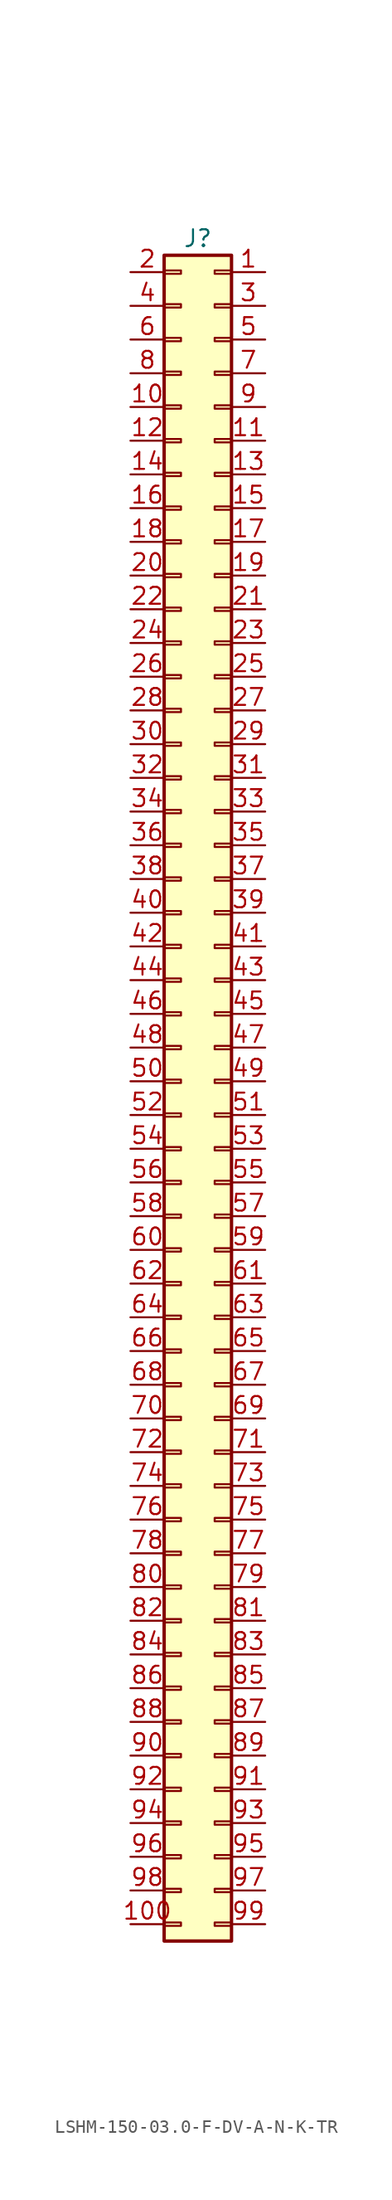
<source format=kicad_sym>
(kicad_symbol_lib
  (version 20241209)
  (generator "kicad_symbol_editor")
  (generator_version "9.0")
  (symbol "LSHM-150-03.0-F-DV-A-N-K-TR"
    (pin_names
      (offset 1.016)
      (hide yes))
    (property "Reference" "J"
      (at 1.27 63.5 0)
      (effects (font (size 1.27 1.27))))
    (symbol "LSHM-150-03.0-F-DV-A-N-K-TR_1_1"
      (rectangle (start -1.27 62.23) (end 3.81 -64.77) (stroke (width 0.254) (type default)) (fill (type background)))
      (rectangle (start -1.27 61.087) (end 0 60.833) (stroke (width 0.152) (type default)) (fill (type none)))
      (rectangle (start -1.27 58.547) (end 0 58.293) (stroke (width 0.152) (type default)) (fill (type none)))
      (rectangle (start -1.27 56.007) (end 0 55.753) (stroke (width 0.152) (type default)) (fill (type none)))
      (rectangle (start -1.27 53.467) (end 0 53.213) (stroke (width 0.152) (type default)) (fill (type none)))
      (rectangle (start -1.27 50.927) (end 0 50.673) (stroke (width 0.152) (type default)) (fill (type none)))
      (rectangle (start -1.27 48.387) (end 0 48.133) (stroke (width 0.152) (type default)) (fill (type none)))
      (rectangle (start -1.27 45.847) (end 0 45.593) (stroke (width 0.152) (type default)) (fill (type none)))
      (rectangle (start -1.27 43.307) (end 0 43.053) (stroke (width 0.152) (type default)) (fill (type none)))
      (rectangle (start -1.27 40.767) (end 0 40.513) (stroke (width 0.152) (type default)) (fill (type none)))
      (rectangle (start -1.27 38.227) (end 0 37.973) (stroke (width 0.152) (type default)) (fill (type none)))
      (rectangle (start -1.27 35.687) (end 0 35.433) (stroke (width 0.152) (type default)) (fill (type none)))
      (rectangle (start -1.27 33.147) (end 0 32.893) (stroke (width 0.152) (type default)) (fill (type none)))
      (rectangle (start -1.27 30.607) (end 0 30.353) (stroke (width 0.152) (type default)) (fill (type none)))
      (rectangle (start -1.27 28.067) (end 0 27.813) (stroke (width 0.152) (type default)) (fill (type none)))
      (rectangle (start -1.27 25.527) (end 0 25.273) (stroke (width 0.152) (type default)) (fill (type none)))
      (rectangle (start -1.27 22.987) (end 0 22.733) (stroke (width 0.152) (type default)) (fill (type none)))
      (rectangle (start -1.27 20.447) (end 0 20.193) (stroke (width 0.152) (type default)) (fill (type none)))
      (rectangle (start -1.27 17.907) (end 0 17.653) (stroke (width 0.152) (type default)) (fill (type none)))
      (rectangle (start -1.27 15.367) (end 0 15.113) (stroke (width 0.152) (type default)) (fill (type none)))
      (rectangle (start -1.27 12.827) (end 0 12.573) (stroke (width 0.152) (type default)) (fill (type none)))
      (rectangle (start -1.27 10.287) (end 0 10.033) (stroke (width 0.152) (type default)) (fill (type none)))
      (rectangle (start -1.27 7.747) (end 0 7.493) (stroke (width 0.152) (type default)) (fill (type none)))
      (rectangle (start -1.27 5.207) (end 0 4.953) (stroke (width 0.152) (type default)) (fill (type none)))
      (rectangle (start -1.27 2.667) (end 0 2.413) (stroke (width 0.152) (type default)) (fill (type none)))
      (rectangle (start -1.27 0.127) (end 0 -0.127) (stroke (width 0.152) (type default)) (fill (type none)))
      (rectangle (start -1.27 -2.413) (end 0 -2.667) (stroke (width 0.152) (type default)) (fill (type none)))
      (rectangle (start -1.27 -4.953) (end 0 -5.207) (stroke (width 0.152) (type default)) (fill (type none)))
      (rectangle (start -1.27 -7.493) (end 0 -7.747) (stroke (width 0.152) (type default)) (fill (type none)))
      (rectangle (start -1.27 -10.033) (end 0 -10.287) (stroke (width 0.152) (type default)) (fill (type none)))
      (rectangle (start -1.27 -12.573) (end 0 -12.827) (stroke (width 0.152) (type default)) (fill (type none)))
      (rectangle (start -1.27 -15.113) (end 0 -15.367) (stroke (width 0.152) (type default)) (fill (type none)))
      (rectangle (start -1.27 -17.653) (end 0 -17.907) (stroke (width 0.152) (type default)) (fill (type none)))
      (rectangle (start -1.27 -20.193) (end 0 -20.447) (stroke (width 0.152) (type default)) (fill (type none)))
      (rectangle (start -1.27 -22.733) (end 0 -22.987) (stroke (width 0.152) (type default)) (fill (type none)))
      (rectangle (start -1.27 -25.273) (end 0 -25.527) (stroke (width 0.152) (type default)) (fill (type none)))
      (rectangle (start -1.27 -27.813) (end 0 -28.067) (stroke (width 0.152) (type default)) (fill (type none)))
      (rectangle (start -1.27 -30.353) (end 0 -30.607) (stroke (width 0.152) (type default)) (fill (type none)))
      (rectangle (start -1.27 -32.893) (end 0 -33.147) (stroke (width 0.152) (type default)) (fill (type none)))
      (rectangle (start -1.27 -35.433) (end 0 -35.687) (stroke (width 0.152) (type default)) (fill (type none)))
      (rectangle (start -1.27 -37.973) (end 0 -38.227) (stroke (width 0.152) (type default)) (fill (type none)))
      (rectangle (start -1.27 -40.513) (end 0 -40.767) (stroke (width 0.152) (type default)) (fill (type none)))
      (rectangle (start -1.27 -43.053) (end 0 -43.307) (stroke (width 0.152) (type default)) (fill (type none)))
      (rectangle (start -1.27 -45.593) (end 0 -45.847) (stroke (width 0.152) (type default)) (fill (type none)))
      (rectangle (start -1.27 -48.133) (end 0 -48.387) (stroke (width 0.152) (type default)) (fill (type none)))
      (rectangle (start -1.27 -50.673) (end 0 -50.927) (stroke (width 0.152) (type default)) (fill (type none)))
      (rectangle (start -1.27 -53.213) (end 0 -53.467) (stroke (width 0.152) (type default)) (fill (type none)))
      (rectangle (start -1.27 -55.753) (end 0 -56.007) (stroke (width 0.152) (type default)) (fill (type none)))
      (rectangle (start -1.27 -58.293) (end 0 -58.547) (stroke (width 0.152) (type default)) (fill (type none)))
      (rectangle (start -1.27 -60.833) (end 0 -61.087) (stroke (width 0.152) (type default)) (fill (type none)))
      (rectangle (start -1.27 -63.373) (end 0 -63.627) (stroke (width 0.152) (type default)) (fill (type none)))
      (rectangle (start 3.81 61.087) (end 2.54 60.833) (stroke (width 0.152) (type default)) (fill (type none)))
      (rectangle (start 3.81 58.547) (end 2.54 58.293) (stroke (width 0.152) (type default)) (fill (type none)))
      (rectangle (start 3.81 56.007) (end 2.54 55.753) (stroke (width 0.152) (type default)) (fill (type none)))
      (rectangle (start 3.81 53.467) (end 2.54 53.213) (stroke (width 0.152) (type default)) (fill (type none)))
      (rectangle (start 3.81 50.927) (end 2.54 50.673) (stroke (width 0.152) (type default)) (fill (type none)))
      (rectangle (start 3.81 48.387) (end 2.54 48.133) (stroke (width 0.152) (type default)) (fill (type none)))
      (rectangle (start 3.81 45.847) (end 2.54 45.593) (stroke (width 0.152) (type default)) (fill (type none)))
      (rectangle (start 3.81 43.307) (end 2.54 43.053) (stroke (width 0.152) (type default)) (fill (type none)))
      (rectangle (start 3.81 40.767) (end 2.54 40.513) (stroke (width 0.152) (type default)) (fill (type none)))
      (rectangle (start 3.81 38.227) (end 2.54 37.973) (stroke (width 0.152) (type default)) (fill (type none)))
      (rectangle (start 3.81 35.687) (end 2.54 35.433) (stroke (width 0.152) (type default)) (fill (type none)))
      (rectangle (start 3.81 33.147) (end 2.54 32.893) (stroke (width 0.152) (type default)) (fill (type none)))
      (rectangle (start 3.81 30.607) (end 2.54 30.353) (stroke (width 0.152) (type default)) (fill (type none)))
      (rectangle (start 3.81 28.067) (end 2.54 27.813) (stroke (width 0.152) (type default)) (fill (type none)))
      (rectangle (start 3.81 25.527) (end 2.54 25.273) (stroke (width 0.152) (type default)) (fill (type none)))
      (rectangle (start 3.81 22.987) (end 2.54 22.733) (stroke (width 0.152) (type default)) (fill (type none)))
      (rectangle (start 3.81 20.447) (end 2.54 20.193) (stroke (width 0.152) (type default)) (fill (type none)))
      (rectangle (start 3.81 17.907) (end 2.54 17.653) (stroke (width 0.152) (type default)) (fill (type none)))
      (rectangle (start 3.81 15.367) (end 2.54 15.113) (stroke (width 0.152) (type default)) (fill (type none)))
      (rectangle (start 3.81 12.827) (end 2.54 12.573) (stroke (width 0.152) (type default)) (fill (type none)))
      (rectangle (start 3.81 10.287) (end 2.54 10.033) (stroke (width 0.152) (type default)) (fill (type none)))
      (rectangle (start 3.81 7.747) (end 2.54 7.493) (stroke (width 0.152) (type default)) (fill (type none)))
      (rectangle (start 3.81 5.207) (end 2.54 4.953) (stroke (width 0.152) (type default)) (fill (type none)))
      (rectangle (start 3.81 2.667) (end 2.54 2.413) (stroke (width 0.152) (type default)) (fill (type none)))
      (rectangle (start 3.81 0.127) (end 2.54 -0.127) (stroke (width 0.152) (type default)) (fill (type none)))
      (rectangle (start 3.81 -2.413) (end 2.54 -2.667) (stroke (width 0.152) (type default)) (fill (type none)))
      (rectangle (start 3.81 -4.953) (end 2.54 -5.207) (stroke (width 0.152) (type default)) (fill (type none)))
      (rectangle (start 3.81 -7.493) (end 2.54 -7.747) (stroke (width 0.152) (type default)) (fill (type none)))
      (rectangle (start 3.81 -10.033) (end 2.54 -10.287) (stroke (width 0.152) (type default)) (fill (type none)))
      (rectangle (start 3.81 -12.573) (end 2.54 -12.827) (stroke (width 0.152) (type default)) (fill (type none)))
      (rectangle (start 3.81 -15.113) (end 2.54 -15.367) (stroke (width 0.152) (type default)) (fill (type none)))
      (rectangle (start 3.81 -17.653) (end 2.54 -17.907) (stroke (width 0.152) (type default)) (fill (type none)))
      (rectangle (start 3.81 -20.193) (end 2.54 -20.447) (stroke (width 0.152) (type default)) (fill (type none)))
      (rectangle (start 3.81 -22.733) (end 2.54 -22.987) (stroke (width 0.152) (type default)) (fill (type none)))
      (rectangle (start 3.81 -25.273) (end 2.54 -25.527) (stroke (width 0.152) (type default)) (fill (type none)))
      (rectangle (start 3.81 -27.813) (end 2.54 -28.067) (stroke (width 0.152) (type default)) (fill (type none)))
      (rectangle (start 3.81 -30.353) (end 2.54 -30.607) (stroke (width 0.152) (type default)) (fill (type none)))
      (rectangle (start 3.81 -32.893) (end 2.54 -33.147) (stroke (width 0.152) (type default)) (fill (type none)))
      (rectangle (start 3.81 -35.433) (end 2.54 -35.687) (stroke (width 0.152) (type default)) (fill (type none)))
      (rectangle (start 3.81 -37.973) (end 2.54 -38.227) (stroke (width 0.152) (type default)) (fill (type none)))
      (rectangle (start 3.81 -40.513) (end 2.54 -40.767) (stroke (width 0.152) (type default)) (fill (type none)))
      (rectangle (start 3.81 -43.053) (end 2.54 -43.307) (stroke (width 0.152) (type default)) (fill (type none)))
      (rectangle (start 3.81 -45.593) (end 2.54 -45.847) (stroke (width 0.152) (type default)) (fill (type none)))
      (rectangle (start 3.81 -48.133) (end 2.54 -48.387) (stroke (width 0.152) (type default)) (fill (type none)))
      (rectangle (start 3.81 -50.673) (end 2.54 -50.927) (stroke (width 0.152) (type default)) (fill (type none)))
      (rectangle (start 3.81 -53.213) (end 2.54 -53.467) (stroke (width 0.152) (type default)) (fill (type none)))
      (rectangle (start 3.81 -55.753) (end 2.54 -56.007) (stroke (width 0.152) (type default)) (fill (type none)))
      (rectangle (start 3.81 -58.293) (end 2.54 -58.547) (stroke (width 0.152) (type default)) (fill (type none)))
      (rectangle (start 3.81 -60.833) (end 2.54 -61.087) (stroke (width 0.152) (type default)) (fill (type none)))
      (rectangle (start 3.81 -63.373) (end 2.54 -63.627) (stroke (width 0.152) (type default)) (fill (type none)))
      (pin passive line (at -3.81 60.96 0) (length 2.54) (name "" (effects (font (size 1.27 1.27)))) (number "2" (effects (font (size 1.27 1.27)))))
      (pin passive line (at -3.81 58.42 0) (length 2.54) (name "" (effects (font (size 1.27 1.27)))) (number "4" (effects (font (size 1.27 1.27)))))
      (pin passive line (at -3.81 55.88 0) (length 2.54) (name "" (effects (font (size 1.27 1.27)))) (number "6" (effects (font (size 1.27 1.27)))))
      (pin passive line (at -3.81 53.34 0) (length 2.54) (name "" (effects (font (size 1.27 1.27)))) (number "8" (effects (font (size 1.27 1.27)))))
      (pin passive line (at -3.81 50.8 0) (length 2.54) (name "" (effects (font (size 1.27 1.27)))) (number "10" (effects (font (size 1.27 1.27)))))
      (pin passive line (at -3.81 48.26 0) (length 2.54) (name "" (effects (font (size 1.27 1.27)))) (number "12" (effects (font (size 1.27 1.27)))))
      (pin passive line (at -3.81 45.72 0) (length 2.54) (name "" (effects (font (size 1.27 1.27)))) (number "14" (effects (font (size 1.27 1.27)))))
      (pin passive line (at -3.81 43.18 0) (length 2.54) (name "" (effects (font (size 1.27 1.27)))) (number "16" (effects (font (size 1.27 1.27)))))
      (pin passive line (at -3.81 40.64 0) (length 2.54) (name "" (effects (font (size 1.27 1.27)))) (number "18" (effects (font (size 1.27 1.27)))))
      (pin passive line (at -3.81 38.1 0) (length 2.54) (name "" (effects (font (size 1.27 1.27)))) (number "20" (effects (font (size 1.27 1.27)))))
      (pin passive line (at -3.81 35.56 0) (length 2.54) (name "" (effects (font (size 1.27 1.27)))) (number "22" (effects (font (size 1.27 1.27)))))
      (pin passive line (at -3.81 33.02 0) (length 2.54) (name "" (effects (font (size 1.27 1.27)))) (number "24" (effects (font (size 1.27 1.27)))))
      (pin passive line (at -3.81 30.48 0) (length 2.54) (name "" (effects (font (size 1.27 1.27)))) (number "26" (effects (font (size 1.27 1.27)))))
      (pin passive line (at -3.81 27.94 0) (length 2.54) (name "" (effects (font (size 1.27 1.27)))) (number "28" (effects (font (size 1.27 1.27)))))
      (pin passive line (at -3.81 25.4 0) (length 2.54) (name "" (effects (font (size 1.27 1.27)))) (number "30" (effects (font (size 1.27 1.27)))))
      (pin passive line (at -3.81 22.86 0) (length 2.54) (name "" (effects (font (size 1.27 1.27)))) (number "32" (effects (font (size 1.27 1.27)))))
      (pin passive line (at -3.81 20.32 0) (length 2.54) (name "" (effects (font (size 1.27 1.27)))) (number "34" (effects (font (size 1.27 1.27)))))
      (pin passive line (at -3.81 17.78 0) (length 2.54) (name "" (effects (font (size 1.27 1.27)))) (number "36" (effects (font (size 1.27 1.27)))))
      (pin passive line (at -3.81 15.24 0) (length 2.54) (name "" (effects (font (size 1.27 1.27)))) (number "38" (effects (font (size 1.27 1.27)))))
      (pin passive line (at -3.81 12.7 0) (length 2.54) (name "" (effects (font (size 1.27 1.27)))) (number "40" (effects (font (size 1.27 1.27)))))
      (pin passive line (at -3.81 10.16 0) (length 2.54) (name "" (effects (font (size 1.27 1.27)))) (number "42" (effects (font (size 1.27 1.27)))))
      (pin passive line (at -3.81 7.62 0) (length 2.54) (name "" (effects (font (size 1.27 1.27)))) (number "44" (effects (font (size 1.27 1.27)))))
      (pin passive line (at -3.81 5.08 0) (length 2.54) (name "" (effects (font (size 1.27 1.27)))) (number "46" (effects (font (size 1.27 1.27)))))
      (pin passive line (at -3.81 2.54 0) (length 2.54) (name "" (effects (font (size 1.27 1.27)))) (number "48" (effects (font (size 1.27 1.27)))))
      (pin passive line (at -3.81 0 0) (length 2.54) (name "" (effects (font (size 1.27 1.27)))) (number "50" (effects (font (size 1.27 1.27)))))
      (pin passive line (at -3.81 -2.54 0) (length 2.54) (name "" (effects (font (size 1.27 1.27)))) (number "52" (effects (font (size 1.27 1.27)))))
      (pin passive line (at -3.81 -5.08 0) (length 2.54) (name "" (effects (font (size 1.27 1.27)))) (number "54" (effects (font (size 1.27 1.27)))))
      (pin passive line (at -3.81 -7.62 0) (length 2.54) (name "" (effects (font (size 1.27 1.27)))) (number "56" (effects (font (size 1.27 1.27)))))
      (pin passive line (at -3.81 -10.16 0) (length 2.54) (name "" (effects (font (size 1.27 1.27)))) (number "58" (effects (font (size 1.27 1.27)))))
      (pin passive line (at -3.81 -12.7 0) (length 2.54) (name "" (effects (font (size 1.27 1.27)))) (number "60" (effects (font (size 1.27 1.27)))))
      (pin passive line (at -3.81 -15.24 0) (length 2.54) (name "" (effects (font (size 1.27 1.27)))) (number "62" (effects (font (size 1.27 1.27)))))
      (pin passive line (at -3.81 -17.78 0) (length 2.54) (name "" (effects (font (size 1.27 1.27)))) (number "64" (effects (font (size 1.27 1.27)))))
      (pin passive line (at -3.81 -20.32 0) (length 2.54) (name "" (effects (font (size 1.27 1.27)))) (number "66" (effects (font (size 1.27 1.27)))))
      (pin passive line (at -3.81 -22.86 0) (length 2.54) (name "" (effects (font (size 1.27 1.27)))) (number "68" (effects (font (size 1.27 1.27)))))
      (pin passive line (at -3.81 -25.4 0) (length 2.54) (name "" (effects (font (size 1.27 1.27)))) (number "70" (effects (font (size 1.27 1.27)))))
      (pin passive line (at -3.81 -27.94 0) (length 2.54) (name "" (effects (font (size 1.27 1.27)))) (number "72" (effects (font (size 1.27 1.27)))))
      (pin passive line (at -3.81 -30.48 0) (length 2.54) (name "" (effects (font (size 1.27 1.27)))) (number "74" (effects (font (size 1.27 1.27)))))
      (pin passive line (at -3.81 -33.02 0) (length 2.54) (name "" (effects (font (size 1.27 1.27)))) (number "76" (effects (font (size 1.27 1.27)))))
      (pin passive line (at -3.81 -35.56 0) (length 2.54) (name "" (effects (font (size 1.27 1.27)))) (number "78" (effects (font (size 1.27 1.27)))))
      (pin passive line (at -3.81 -38.1 0) (length 2.54) (name "" (effects (font (size 1.27 1.27)))) (number "80" (effects (font (size 1.27 1.27)))))
      (pin passive line (at -3.81 -40.64 0) (length 2.54) (name "" (effects (font (size 1.27 1.27)))) (number "82" (effects (font (size 1.27 1.27)))))
      (pin passive line (at -3.81 -43.18 0) (length 2.54) (name "" (effects (font (size 1.27 1.27)))) (number "84" (effects (font (size 1.27 1.27)))))
      (pin passive line (at -3.81 -45.72 0) (length 2.54) (name "" (effects (font (size 1.27 1.27)))) (number "86" (effects (font (size 1.27 1.27)))))
      (pin passive line (at -3.81 -48.26 0) (length 2.54) (name "" (effects (font (size 1.27 1.27)))) (number "88" (effects (font (size 1.27 1.27)))))
      (pin passive line (at -3.81 -50.8 0) (length 2.54) (name "" (effects (font (size 1.27 1.27)))) (number "90" (effects (font (size 1.27 1.27)))))
      (pin passive line (at -3.81 -53.34 0) (length 2.54) (name "" (effects (font (size 1.27 1.27)))) (number "92" (effects (font (size 1.27 1.27)))))
      (pin passive line (at -3.81 -55.88 0) (length 2.54) (name "" (effects (font (size 1.27 1.27)))) (number "94" (effects (font (size 1.27 1.27)))))
      (pin passive line (at -3.81 -58.42 0) (length 2.54) (name "" (effects (font (size 1.27 1.27)))) (number "96" (effects (font (size 1.27 1.27)))))
      (pin passive line (at -3.81 -60.96 0) (length 2.54) (name "" (effects (font (size 1.27 1.27)))) (number "98" (effects (font (size 1.27 1.27)))))
      (pin passive line (at -3.81 -63.5 0) (length 2.54) (name "" (effects (font (size 1.27 1.27)))) (number "100" (effects (font (size 1.27 1.27)))))
      (pin passive line (at 6.35 60.96 180) (length 2.54) (name "" (effects (font (size 1.27 1.27)))) (number "1" (effects (font (size 1.27 1.27)))))
      (pin passive line (at 6.35 58.42 180) (length 2.54) (name "" (effects (font (size 1.27 1.27)))) (number "3" (effects (font (size 1.27 1.27)))))
      (pin passive line (at 6.35 55.88 180) (length 2.54) (name "" (effects (font (size 1.27 1.27)))) (number "5" (effects (font (size 1.27 1.27)))))
      (pin passive line (at 6.35 53.34 180) (length 2.54) (name "" (effects (font (size 1.27 1.27)))) (number "7" (effects (font (size 1.27 1.27)))))
      (pin passive line (at 6.35 50.8 180) (length 2.54) (name "" (effects (font (size 1.27 1.27)))) (number "9" (effects (font (size 1.27 1.27)))))
      (pin passive line (at 6.35 48.26 180) (length 2.54) (name "" (effects (font (size 1.27 1.27)))) (number "11" (effects (font (size 1.27 1.27)))))
      (pin passive line (at 6.35 45.72 180) (length 2.54) (name "" (effects (font (size 1.27 1.27)))) (number "13" (effects (font (size 1.27 1.27)))))
      (pin passive line (at 6.35 43.18 180) (length 2.54) (name "" (effects (font (size 1.27 1.27)))) (number "15" (effects (font (size 1.27 1.27)))))
      (pin passive line (at 6.35 40.64 180) (length 2.54) (name "" (effects (font (size 1.27 1.27)))) (number "17" (effects (font (size 1.27 1.27)))))
      (pin passive line (at 6.35 38.1 180) (length 2.54) (name "" (effects (font (size 1.27 1.27)))) (number "19" (effects (font (size 1.27 1.27)))))
      (pin passive line (at 6.35 35.56 180) (length 2.54) (name "" (effects (font (size 1.27 1.27)))) (number "21" (effects (font (size 1.27 1.27)))))
      (pin passive line (at 6.35 33.02 180) (length 2.54) (name "" (effects (font (size 1.27 1.27)))) (number "23" (effects (font (size 1.27 1.27)))))
      (pin passive line (at 6.35 30.48 180) (length 2.54) (name "" (effects (font (size 1.27 1.27)))) (number "25" (effects (font (size 1.27 1.27)))))
      (pin passive line (at 6.35 27.94 180) (length 2.54) (name "" (effects (font (size 1.27 1.27)))) (number "27" (effects (font (size 1.27 1.27)))))
      (pin passive line (at 6.35 25.4 180) (length 2.54) (name "" (effects (font (size 1.27 1.27)))) (number "29" (effects (font (size 1.27 1.27)))))
      (pin passive line (at 6.35 22.86 180) (length 2.54) (name "" (effects (font (size 1.27 1.27)))) (number "31" (effects (font (size 1.27 1.27)))))
      (pin passive line (at 6.35 20.32 180) (length 2.54) (name "" (effects (font (size 1.27 1.27)))) (number "33" (effects (font (size 1.27 1.27)))))
      (pin passive line (at 6.35 17.78 180) (length 2.54) (name "" (effects (font (size 1.27 1.27)))) (number "35" (effects (font (size 1.27 1.27)))))
      (pin passive line (at 6.35 15.24 180) (length 2.54) (name "" (effects (font (size 1.27 1.27)))) (number "37" (effects (font (size 1.27 1.27)))))
      (pin passive line (at 6.35 12.7 180) (length 2.54) (name "" (effects (font (size 1.27 1.27)))) (number "39" (effects (font (size 1.27 1.27)))))
      (pin passive line (at 6.35 10.16 180) (length 2.54) (name "" (effects (font (size 1.27 1.27)))) (number "41" (effects (font (size 1.27 1.27)))))
      (pin passive line (at 6.35 7.62 180) (length 2.54) (name "" (effects (font (size 1.27 1.27)))) (number "43" (effects (font (size 1.27 1.27)))))
      (pin passive line (at 6.35 5.08 180) (length 2.54) (name "" (effects (font (size 1.27 1.27)))) (number "45" (effects (font (size 1.27 1.27)))))
      (pin passive line (at 6.35 2.54 180) (length 2.54) (name "" (effects (font (size 1.27 1.27)))) (number "47" (effects (font (size 1.27 1.27)))))
      (pin passive line (at 6.35 0 180) (length 2.54) (name "" (effects (font (size 1.27 1.27)))) (number "49" (effects (font (size 1.27 1.27)))))
      (pin passive line (at 6.35 -2.54 180) (length 2.54) (name "" (effects (font (size 1.27 1.27)))) (number "51" (effects (font (size 1.27 1.27)))))
      (pin passive line (at 6.35 -5.08 180) (length 2.54) (name "" (effects (font (size 1.27 1.27)))) (number "53" (effects (font (size 1.27 1.27)))))
      (pin passive line (at 6.35 -7.62 180) (length 2.54) (name "" (effects (font (size 1.27 1.27)))) (number "55" (effects (font (size 1.27 1.27)))))
      (pin passive line (at 6.35 -10.16 180) (length 2.54) (name "" (effects (font (size 1.27 1.27)))) (number "57" (effects (font (size 1.27 1.27)))))
      (pin passive line (at 6.35 -12.7 180) (length 2.54) (name "" (effects (font (size 1.27 1.27)))) (number "59" (effects (font (size 1.27 1.27)))))
      (pin passive line (at 6.35 -15.24 180) (length 2.54) (name "" (effects (font (size 1.27 1.27)))) (number "61" (effects (font (size 1.27 1.27)))))
      (pin passive line (at 6.35 -17.78 180) (length 2.54) (name "" (effects (font (size 1.27 1.27)))) (number "63" (effects (font (size 1.27 1.27)))))
      (pin passive line (at 6.35 -20.32 180) (length 2.54) (name "" (effects (font (size 1.27 1.27)))) (number "65" (effects (font (size 1.27 1.27)))))
      (pin passive line (at 6.35 -22.86 180) (length 2.54) (name "" (effects (font (size 1.27 1.27)))) (number "67" (effects (font (size 1.27 1.27)))))
      (pin passive line (at 6.35 -25.4 180) (length 2.54) (name "" (effects (font (size 1.27 1.27)))) (number "69" (effects (font (size 1.27 1.27)))))
      (pin passive line (at 6.35 -27.94 180) (length 2.54) (name "" (effects (font (size 1.27 1.27)))) (number "71" (effects (font (size 1.27 1.27)))))
      (pin passive line (at 6.35 -30.48 180) (length 2.54) (name "" (effects (font (size 1.27 1.27)))) (number "73" (effects (font (size 1.27 1.27)))))
      (pin passive line (at 6.35 -33.02 180) (length 2.54) (name "" (effects (font (size 1.27 1.27)))) (number "75" (effects (font (size 1.27 1.27)))))
      (pin passive line (at 6.35 -35.56 180) (length 2.54) (name "" (effects (font (size 1.27 1.27)))) (number "77" (effects (font (size 1.27 1.27)))))
      (pin passive line (at 6.35 -38.1 180) (length 2.54) (name "" (effects (font (size 1.27 1.27)))) (number "79" (effects (font (size 1.27 1.27)))))
      (pin passive line (at 6.35 -40.64 180) (length 2.54) (name "" (effects (font (size 1.27 1.27)))) (number "81" (effects (font (size 1.27 1.27)))))
      (pin passive line (at 6.35 -43.18 180) (length 2.54) (name "" (effects (font (size 1.27 1.27)))) (number "83" (effects (font (size 1.27 1.27)))))
      (pin passive line (at 6.35 -45.72 180) (length 2.54) (name "" (effects (font (size 1.27 1.27)))) (number "85" (effects (font (size 1.27 1.27)))))
      (pin passive line (at 6.35 -48.26 180) (length 2.54) (name "" (effects (font (size 1.27 1.27)))) (number "87" (effects (font (size 1.27 1.27)))))
      (pin passive line (at 6.35 -50.8 180) (length 2.54) (name "" (effects (font (size 1.27 1.27)))) (number "89" (effects (font (size 1.27 1.27)))))
      (pin passive line (at 6.35 -53.34 180) (length 2.54) (name "" (effects (font (size 1.27 1.27)))) (number "91" (effects (font (size 1.27 1.27)))))
      (pin passive line (at 6.35 -55.88 180) (length 2.54) (name "" (effects (font (size 1.27 1.27)))) (number "93" (effects (font (size 1.27 1.27)))))
      (pin passive line (at 6.35 -58.42 180) (length 2.54) (name "" (effects (font (size 1.27 1.27)))) (number "95" (effects (font (size 1.27 1.27)))))
      (pin passive line (at 6.35 -60.96 180) (length 2.54) (name "" (effects (font (size 1.27 1.27)))) (number "97" (effects (font (size 1.27 1.27)))))
      (pin passive line (at 6.35 -63.5 180) (length 2.54) (name "" (effects (font (size 1.27 1.27)))) (number "99" (effects (font (size 1.27 1.27))))))))
</source>
